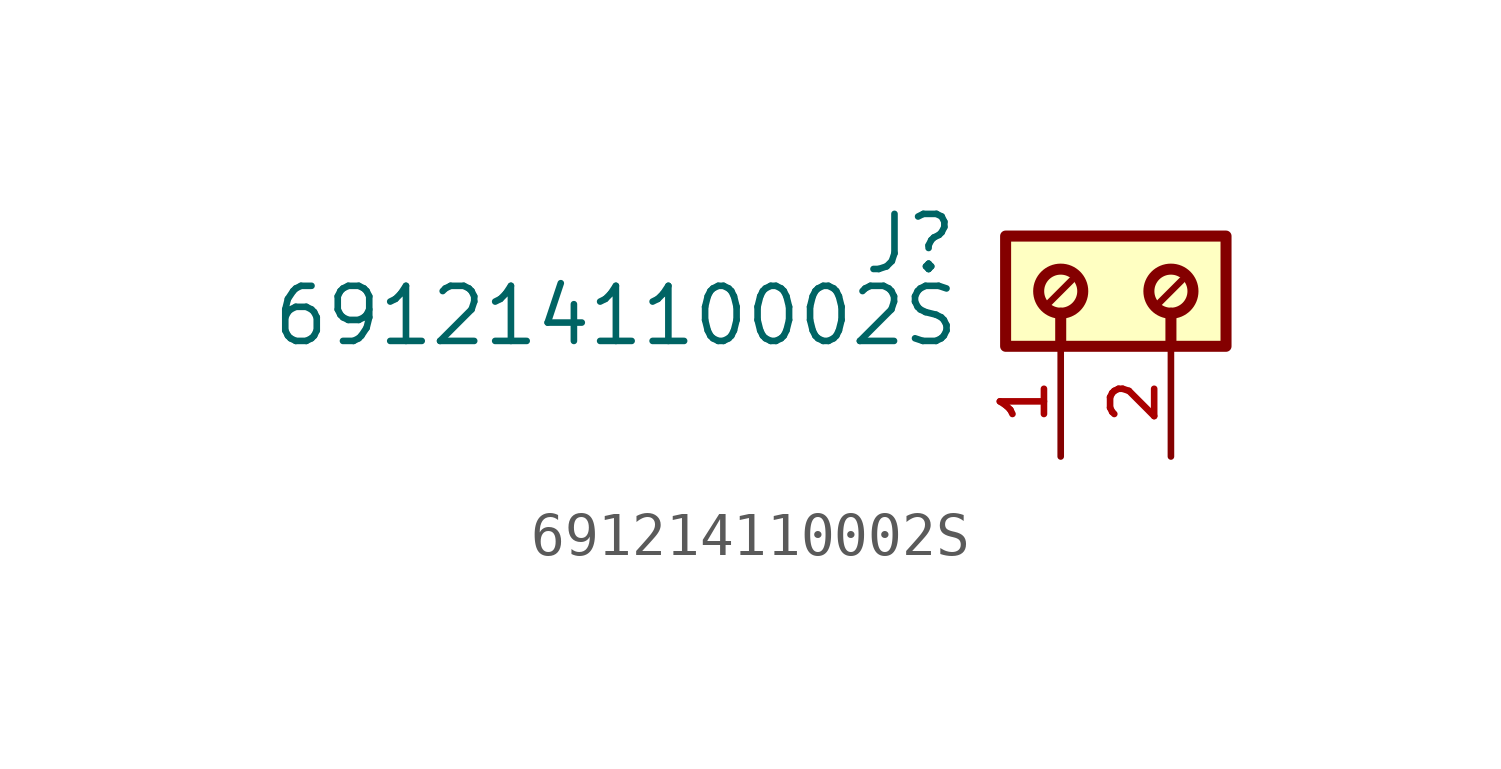
<source format=kicad_sym>
(kicad_symbol_lib
  (version 20211014)
  (generator kicad_symbol_editor)
  (symbol "691214110002S"
    (pin_names
      (offset 1.016))
    (property "Reference" "J"
      (at -4.88 -0.922 0)
      (effects (font (size 1.27 1.27)) (justify bottom right)))
    (property "Value" "691214110002S"
      (at -4.83 -2.58 0)
      (effects (font (size 1.27 1.27)) (justify bottom right)))
    (symbol "691214110002S_0_0"
      (polyline (pts (xy -2.54 -1.778) (xy -2.54 -2.54)) (stroke (width 0.254)))
      (polyline (pts (xy 0.0 -1.778) (xy 0.0 -2.54)) (stroke (width 0.254)))
      (polyline (pts (xy -2.286 -1.016) (xy -2.794 -1.524)) (stroke (width 0.152)))
      (polyline (pts (xy 0.254 -1.016) (xy -0.254 -1.524)) (stroke (width 0.152)))
      (circle (center -2.54 -1.27) (radius 0.508) (stroke (width 0.254)) (fill (type none)))
      (circle (center 0.0 -1.27) (radius 0.508) (stroke (width 0.254)) (fill (type none)))
      (rectangle (start -3.81 -2.54) (end 1.27 -2.22044604925e-16) (stroke (width 0.254)) (fill (type background)))
      (pin passive line (at -2.54 -5.08 90.0) (length 2.54) (name "~" (effects (font (size 1.016 1.016)))) (number "1" (effects (font (size 1.016 1.016)))))
      (pin passive line (at 0.0 -5.08 90.0) (length 2.54) (name "~" (effects (font (size 1.016 1.016)))) (number "2" (effects (font (size 1.016 1.016))))))))
</source>
